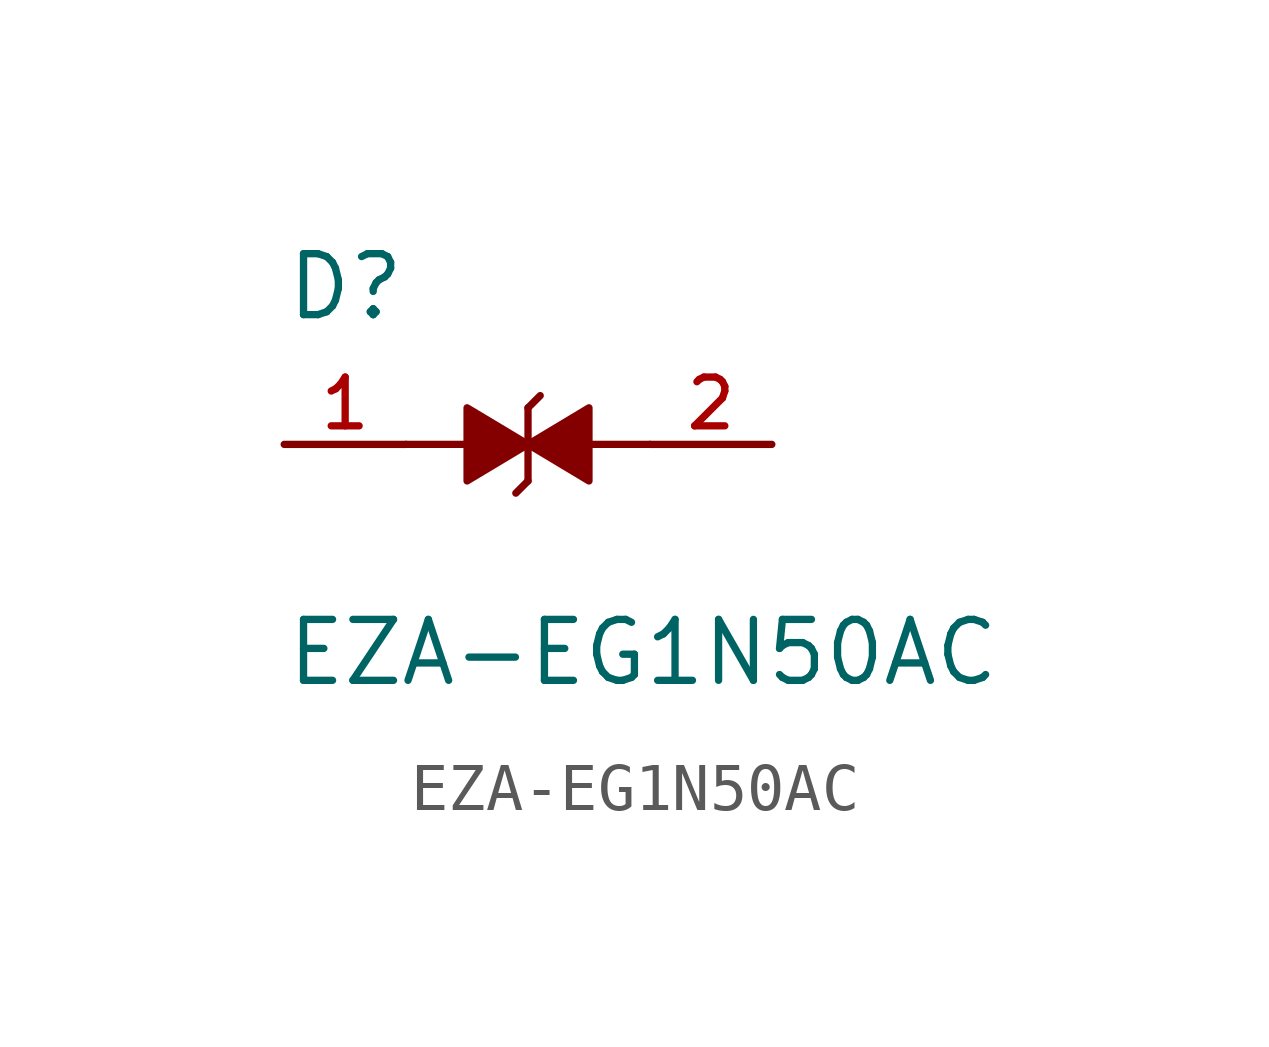
<source format=kicad_sym>
(kicad_symbol_lib
  (version 20211014)
  (generator kicad_symbol_editor)
  (symbol "EZA-EG1N50AC"
    (pin_names
      (offset 1.016))
    (property "Reference" "D"
      (at -5.08 2.54 0)
      (effects (font (size 1.27 1.27)) (justify bottom left)))
    (property "Value" "EZA-EG1N50AC"
      (at -5.08 -5.08 0)
      (effects (font (size 1.27 1.27)) (justify bottom left)))
    (symbol "EZA-EG1N50AC_0_0"
      (polyline (pts (xy 0.0 0.0) (xy -1.27 -0.762) (xy -1.27 0.762) (xy 0.0 0.0)) (stroke (width 0.152)) (fill (type outline)))
      (polyline (pts (xy 0.0 -0.762) (xy 0.0 0.762)) (stroke (width 0.152)))
      (polyline (pts (xy 0.0 0.0) (xy 1.27 0.762) (xy 1.27 -0.762) (xy 0.0 0.0)) (stroke (width 0.152)) (fill (type outline)))
      (polyline (pts (xy 0.0 -0.762) (xy -0.254 -1.016)) (stroke (width 0.152)))
      (polyline (pts (xy 0.0 0.762) (xy 0.254 1.016)) (stroke (width 0.152)))
      (polyline (pts (xy 1.27 0.0) (xy 2.54 0.0)) (stroke (width 0.152)))
      (polyline (pts (xy -1.27 0.0) (xy -2.54 0.0)) (stroke (width 0.152)))
      (pin passive line (at -5.08 0.0 0) (length 2.54) (name "~" (effects (font (size 1.016 1.016)))) (number "1" (effects (font (size 1.016 1.016)))))
      (pin passive line (at 5.08 0.0 180.0) (length 2.54) (name "~" (effects (font (size 1.016 1.016)))) (number "2" (effects (font (size 1.016 1.016))))))))
</source>
